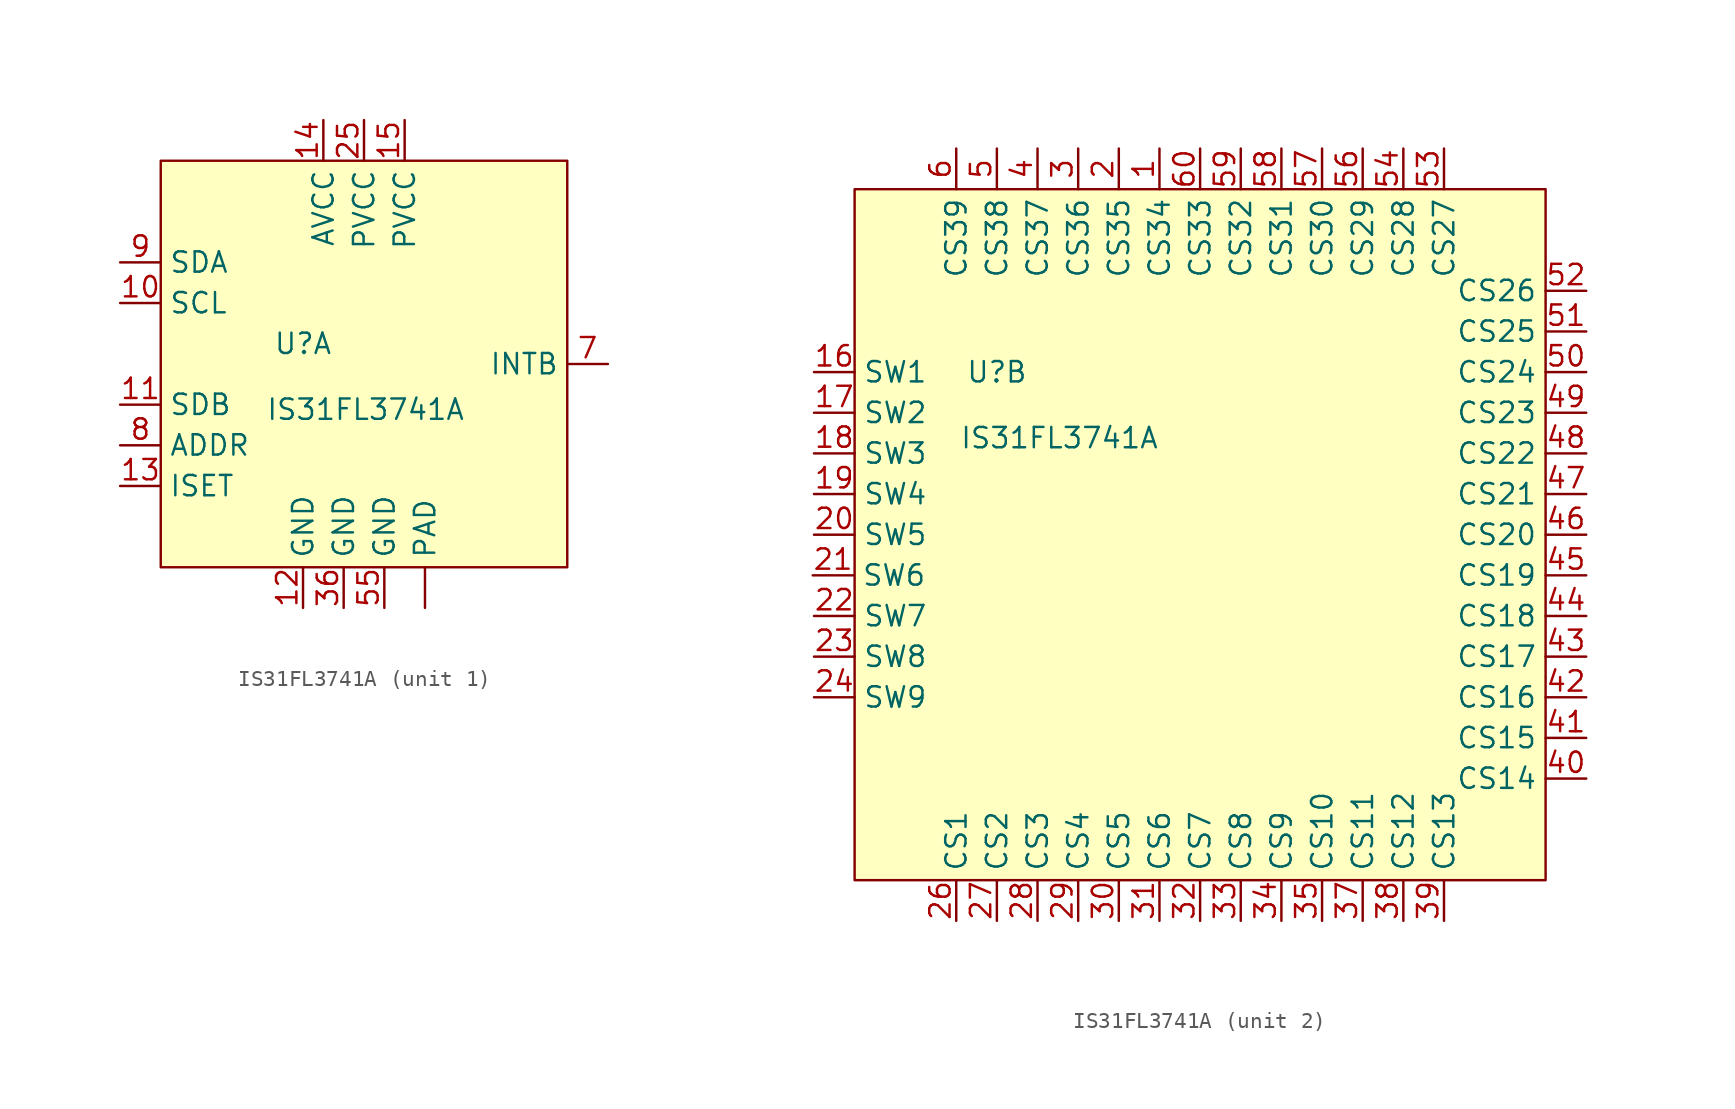
<source format=kicad_sym>
(kicad_symbol_lib
  (version 20211014)
  (generator kicad_symbol_editor)
  (symbol "IS31FL3741A"
    (property "Reference" "U"
      (at -12.7 10.16 0)
      (effects (font (size 1.27 1.27))))
    (property "Value" "IS31FL3741A"
      (at -8.788 6.045 0)
      (effects (font (size 1.27 1.27))))
    (property "ki_locked" ""
      (at 0 0 0)
      (effects (font (size 1.27 1.27))))
    (symbol "IS31FL3741A_1_1"
      (rectangle (start -21.59 21.59) (end 3.81 -3.81) (stroke (width 0) (type default) (color 0 0 0 0)) (fill (type background)))
      (pin power_out line (at -5.08 -6.35 90) (length 2.54) (name "PAD" (effects (font (size 1.27 1.27)))) (number "" (effects (font (size 1.27 1.27)))))
      (pin bidirectional line (at -24.13 12.7 0) (length 2.54) (name "SCL" (effects (font (size 1.27 1.27)))) (number "10" (effects (font (size 1.27 1.27)))))
      (pin input line (at -24.13 6.35 0) (length 2.54) (name "SDB" (effects (font (size 1.27 1.27)))) (number "11" (effects (font (size 1.27 1.27)))))
      (pin power_out line (at -12.7 -6.35 90) (length 2.54) (name "GND" (effects (font (size 1.27 1.27)))) (number "12" (effects (font (size 1.27 1.27)))))
      (pin input line (at -24.13 1.27 0) (length 2.54) (name "ISET" (effects (font (size 1.27 1.27)))) (number "13" (effects (font (size 1.27 1.27)))))
      (pin power_in line (at -11.43 24.13 270) (length 2.54) (name "AVCC" (effects (font (size 1.27 1.27)))) (number "14" (effects (font (size 1.27 1.27)))))
      (pin power_in line (at -6.35 24.13 270) (length 2.54) (name "PVCC" (effects (font (size 1.27 1.27)))) (number "15" (effects (font (size 1.27 1.27)))))
      (pin power_in line (at -8.89 24.13 270) (length 2.54) (name "PVCC" (effects (font (size 1.27 1.27)))) (number "25" (effects (font (size 1.27 1.27)))))
      (pin power_out line (at -10.16 -6.35 90) (length 2.54) (name "GND" (effects (font (size 1.27 1.27)))) (number "36" (effects (font (size 1.27 1.27)))))
      (pin power_out line (at -7.62 -6.35 90) (length 2.54) (name "GND" (effects (font (size 1.27 1.27)))) (number "55" (effects (font (size 1.27 1.27)))))
      (pin output line (at 6.35 8.89 180) (length 2.54) (name "INTB" (effects (font (size 1.27 1.27)))) (number "7" (effects (font (size 1.27 1.27)))))
      (pin input line (at -24.13 3.81 0) (length 2.54) (name "ADDR" (effects (font (size 1.27 1.27)))) (number "8" (effects (font (size 1.27 1.27)))))
      (pin bidirectional line (at -24.13 15.24 0) (length 2.54) (name "SDA" (effects (font (size 1.27 1.27)))) (number "9" (effects (font (size 1.27 1.27))))))
    (symbol "IS31FL3741A_2_0"
      (pin output line (at -24.13 10.16 0) (length 2.54) (name "SW1" (effects (font (size 1.27 1.27)))) (number "16" (effects (font (size 1.27 1.27)))))
      (pin output line (at -24.13 7.62 0) (length 2.54) (name "SW2" (effects (font (size 1.27 1.27)))) (number "17" (effects (font (size 1.27 1.27)))))
      (pin output line (at -24.13 5.08 0) (length 2.54) (name "SW3" (effects (font (size 1.27 1.27)))) (number "18" (effects (font (size 1.27 1.27)))))
      (pin output line (at -24.13 2.54 0) (length 2.54) (name "SW4" (effects (font (size 1.27 1.27)))) (number "19" (effects (font (size 1.27 1.27)))))
      (pin output line (at -24.13 0 0) (length 2.54) (name "SW5" (effects (font (size 1.27 1.27)))) (number "20" (effects (font (size 1.27 1.27)))))
      (pin output line (at -24.206 -2.54 0) (length 2.54) (name "SW6" (effects (font (size 1.27 1.27)))) (number "21" (effects (font (size 1.27 1.27)))))
      (pin output line (at -24.13 -5.08 0) (length 2.54) (name "SW7" (effects (font (size 1.27 1.27)))) (number "22" (effects (font (size 1.27 1.27)))))
      (pin output line (at -24.13 -7.62 0) (length 2.54) (name "SW8" (effects (font (size 1.27 1.27)))) (number "23" (effects (font (size 1.27 1.27)))))
      (pin output line (at -24.13 -10.16 0) (length 2.54) (name "SW9" (effects (font (size 1.27 1.27)))) (number "24" (effects (font (size 1.27 1.27))))))
    (symbol "IS31FL3741A_2_1"
      (rectangle (start -21.59 21.59) (end 21.59 -21.59) (stroke (width 0) (type default) (color 0 0 0 0)) (fill (type background)))
      (pin output line (at -2.54 24.13 270) (length 2.54) (name "CS34" (effects (font (size 1.27 1.27)))) (number "1" (effects (font (size 1.27 1.27)))))
      (pin output line (at -5.08 24.13 270) (length 2.54) (name "CS35" (effects (font (size 1.27 1.27)))) (number "2" (effects (font (size 1.27 1.27)))))
      (pin output line (at -15.24 -24.13 90) (length 2.54) (name "CS1" (effects (font (size 1.27 1.27)))) (number "26" (effects (font (size 1.27 1.27)))))
      (pin output line (at -12.7 -24.13 90) (length 2.54) (name "CS2" (effects (font (size 1.27 1.27)))) (number "27" (effects (font (size 1.27 1.27)))))
      (pin output line (at -10.16 -24.13 90) (length 2.54) (name "CS3" (effects (font (size 1.27 1.27)))) (number "28" (effects (font (size 1.27 1.27)))))
      (pin output line (at -7.62 -24.13 90) (length 2.54) (name "CS4" (effects (font (size 1.27 1.27)))) (number "29" (effects (font (size 1.27 1.27)))))
      (pin output line (at -7.62 24.13 270) (length 2.54) (name "CS36" (effects (font (size 1.27 1.27)))) (number "3" (effects (font (size 1.27 1.27)))))
      (pin output line (at -5.08 -24.13 90) (length 2.54) (name "CS5" (effects (font (size 1.27 1.27)))) (number "30" (effects (font (size 1.27 1.27)))))
      (pin output line (at -2.54 -24.13 90) (length 2.54) (name "CS6" (effects (font (size 1.27 1.27)))) (number "31" (effects (font (size 1.27 1.27)))))
      (pin output line (at 0 -24.13 90) (length 2.54) (name "CS7" (effects (font (size 1.27 1.27)))) (number "32" (effects (font (size 1.27 1.27)))))
      (pin output line (at 2.54 -24.13 90) (length 2.54) (name "CS8" (effects (font (size 1.27 1.27)))) (number "33" (effects (font (size 1.27 1.27)))))
      (pin output line (at 5.08 -24.13 90) (length 2.54) (name "CS9" (effects (font (size 1.27 1.27)))) (number "34" (effects (font (size 1.27 1.27)))))
      (pin output line (at 7.62 -24.13 90) (length 2.54) (name "CS10" (effects (font (size 1.27 1.27)))) (number "35" (effects (font (size 1.27 1.27)))))
      (pin output line (at 10.16 -24.13 90) (length 2.54) (name "CS11" (effects (font (size 1.27 1.27)))) (number "37" (effects (font (size 1.27 1.27)))))
      (pin output line (at 12.7 -24.13 90) (length 2.54) (name "CS12" (effects (font (size 1.27 1.27)))) (number "38" (effects (font (size 1.27 1.27)))))
      (pin output line (at 15.24 -24.13 90) (length 2.54) (name "CS13" (effects (font (size 1.27 1.27)))) (number "39" (effects (font (size 1.27 1.27)))))
      (pin output line (at -10.16 24.13 270) (length 2.54) (name "CS37" (effects (font (size 1.27 1.27)))) (number "4" (effects (font (size 1.27 1.27)))))
      (pin output line (at 24.13 -15.24 180) (length 2.54) (name "CS14" (effects (font (size 1.27 1.27)))) (number "40" (effects (font (size 1.27 1.27)))))
      (pin output line (at 24.13 -12.7 180) (length 2.54) (name "CS15" (effects (font (size 1.27 1.27)))) (number "41" (effects (font (size 1.27 1.27)))))
      (pin output line (at 24.13 -10.16 180) (length 2.54) (name "CS16" (effects (font (size 1.27 1.27)))) (number "42" (effects (font (size 1.27 1.27)))))
      (pin output line (at 24.13 -7.62 180) (length 2.54) (name "CS17" (effects (font (size 1.27 1.27)))) (number "43" (effects (font (size 1.27 1.27)))))
      (pin output line (at 24.13 -5.08 180) (length 2.54) (name "CS18" (effects (font (size 1.27 1.27)))) (number "44" (effects (font (size 1.27 1.27)))))
      (pin output line (at 24.13 -2.54 180) (length 2.54) (name "CS19" (effects (font (size 1.27 1.27)))) (number "45" (effects (font (size 1.27 1.27)))))
      (pin output line (at 24.13 0 180) (length 2.54) (name "CS20" (effects (font (size 1.27 1.27)))) (number "46" (effects (font (size 1.27 1.27)))))
      (pin output line (at 24.13 2.54 180) (length 2.54) (name "CS21" (effects (font (size 1.27 1.27)))) (number "47" (effects (font (size 1.27 1.27)))))
      (pin output line (at 24.13 5.08 180) (length 2.54) (name "CS22" (effects (font (size 1.27 1.27)))) (number "48" (effects (font (size 1.27 1.27)))))
      (pin output line (at 24.13 7.62 180) (length 2.54) (name "CS23" (effects (font (size 1.27 1.27)))) (number "49" (effects (font (size 1.27 1.27)))))
      (pin output line (at -12.7 24.13 270) (length 2.54) (name "CS38" (effects (font (size 1.27 1.27)))) (number "5" (effects (font (size 1.27 1.27)))))
      (pin output line (at 24.13 10.16 180) (length 2.54) (name "CS24" (effects (font (size 1.27 1.27)))) (number "50" (effects (font (size 1.27 1.27)))))
      (pin output line (at 24.13 12.7 180) (length 2.54) (name "CS25" (effects (font (size 1.27 1.27)))) (number "51" (effects (font (size 1.27 1.27)))))
      (pin output line (at 24.13 15.24 180) (length 2.54) (name "CS26" (effects (font (size 1.27 1.27)))) (number "52" (effects (font (size 1.27 1.27)))))
      (pin output line (at 15.24 24.13 270) (length 2.54) (name "CS27" (effects (font (size 1.27 1.27)))) (number "53" (effects (font (size 1.27 1.27)))))
      (pin output line (at 12.7 24.13 270) (length 2.54) (name "CS28" (effects (font (size 1.27 1.27)))) (number "54" (effects (font (size 1.27 1.27)))))
      (pin output line (at 10.16 24.13 270) (length 2.54) (name "CS29" (effects (font (size 1.27 1.27)))) (number "56" (effects (font (size 1.27 1.27)))))
      (pin output line (at 7.62 24.13 270) (length 2.54) (name "CS30" (effects (font (size 1.27 1.27)))) (number "57" (effects (font (size 1.27 1.27)))))
      (pin output line (at 5.08 24.13 270) (length 2.54) (name "CS31" (effects (font (size 1.27 1.27)))) (number "58" (effects (font (size 1.27 1.27)))))
      (pin output line (at 2.54 24.13 270) (length 2.54) (name "CS32" (effects (font (size 1.27 1.27)))) (number "59" (effects (font (size 1.27 1.27)))))
      (pin output line (at -15.24 24.13 270) (length 2.54) (name "CS39" (effects (font (size 1.27 1.27)))) (number "6" (effects (font (size 1.27 1.27)))))
      (pin output line (at 0 24.13 270) (length 2.54) (name "CS33" (effects (font (size 1.27 1.27)))) (number "60" (effects (font (size 1.27 1.27))))))))
</source>
